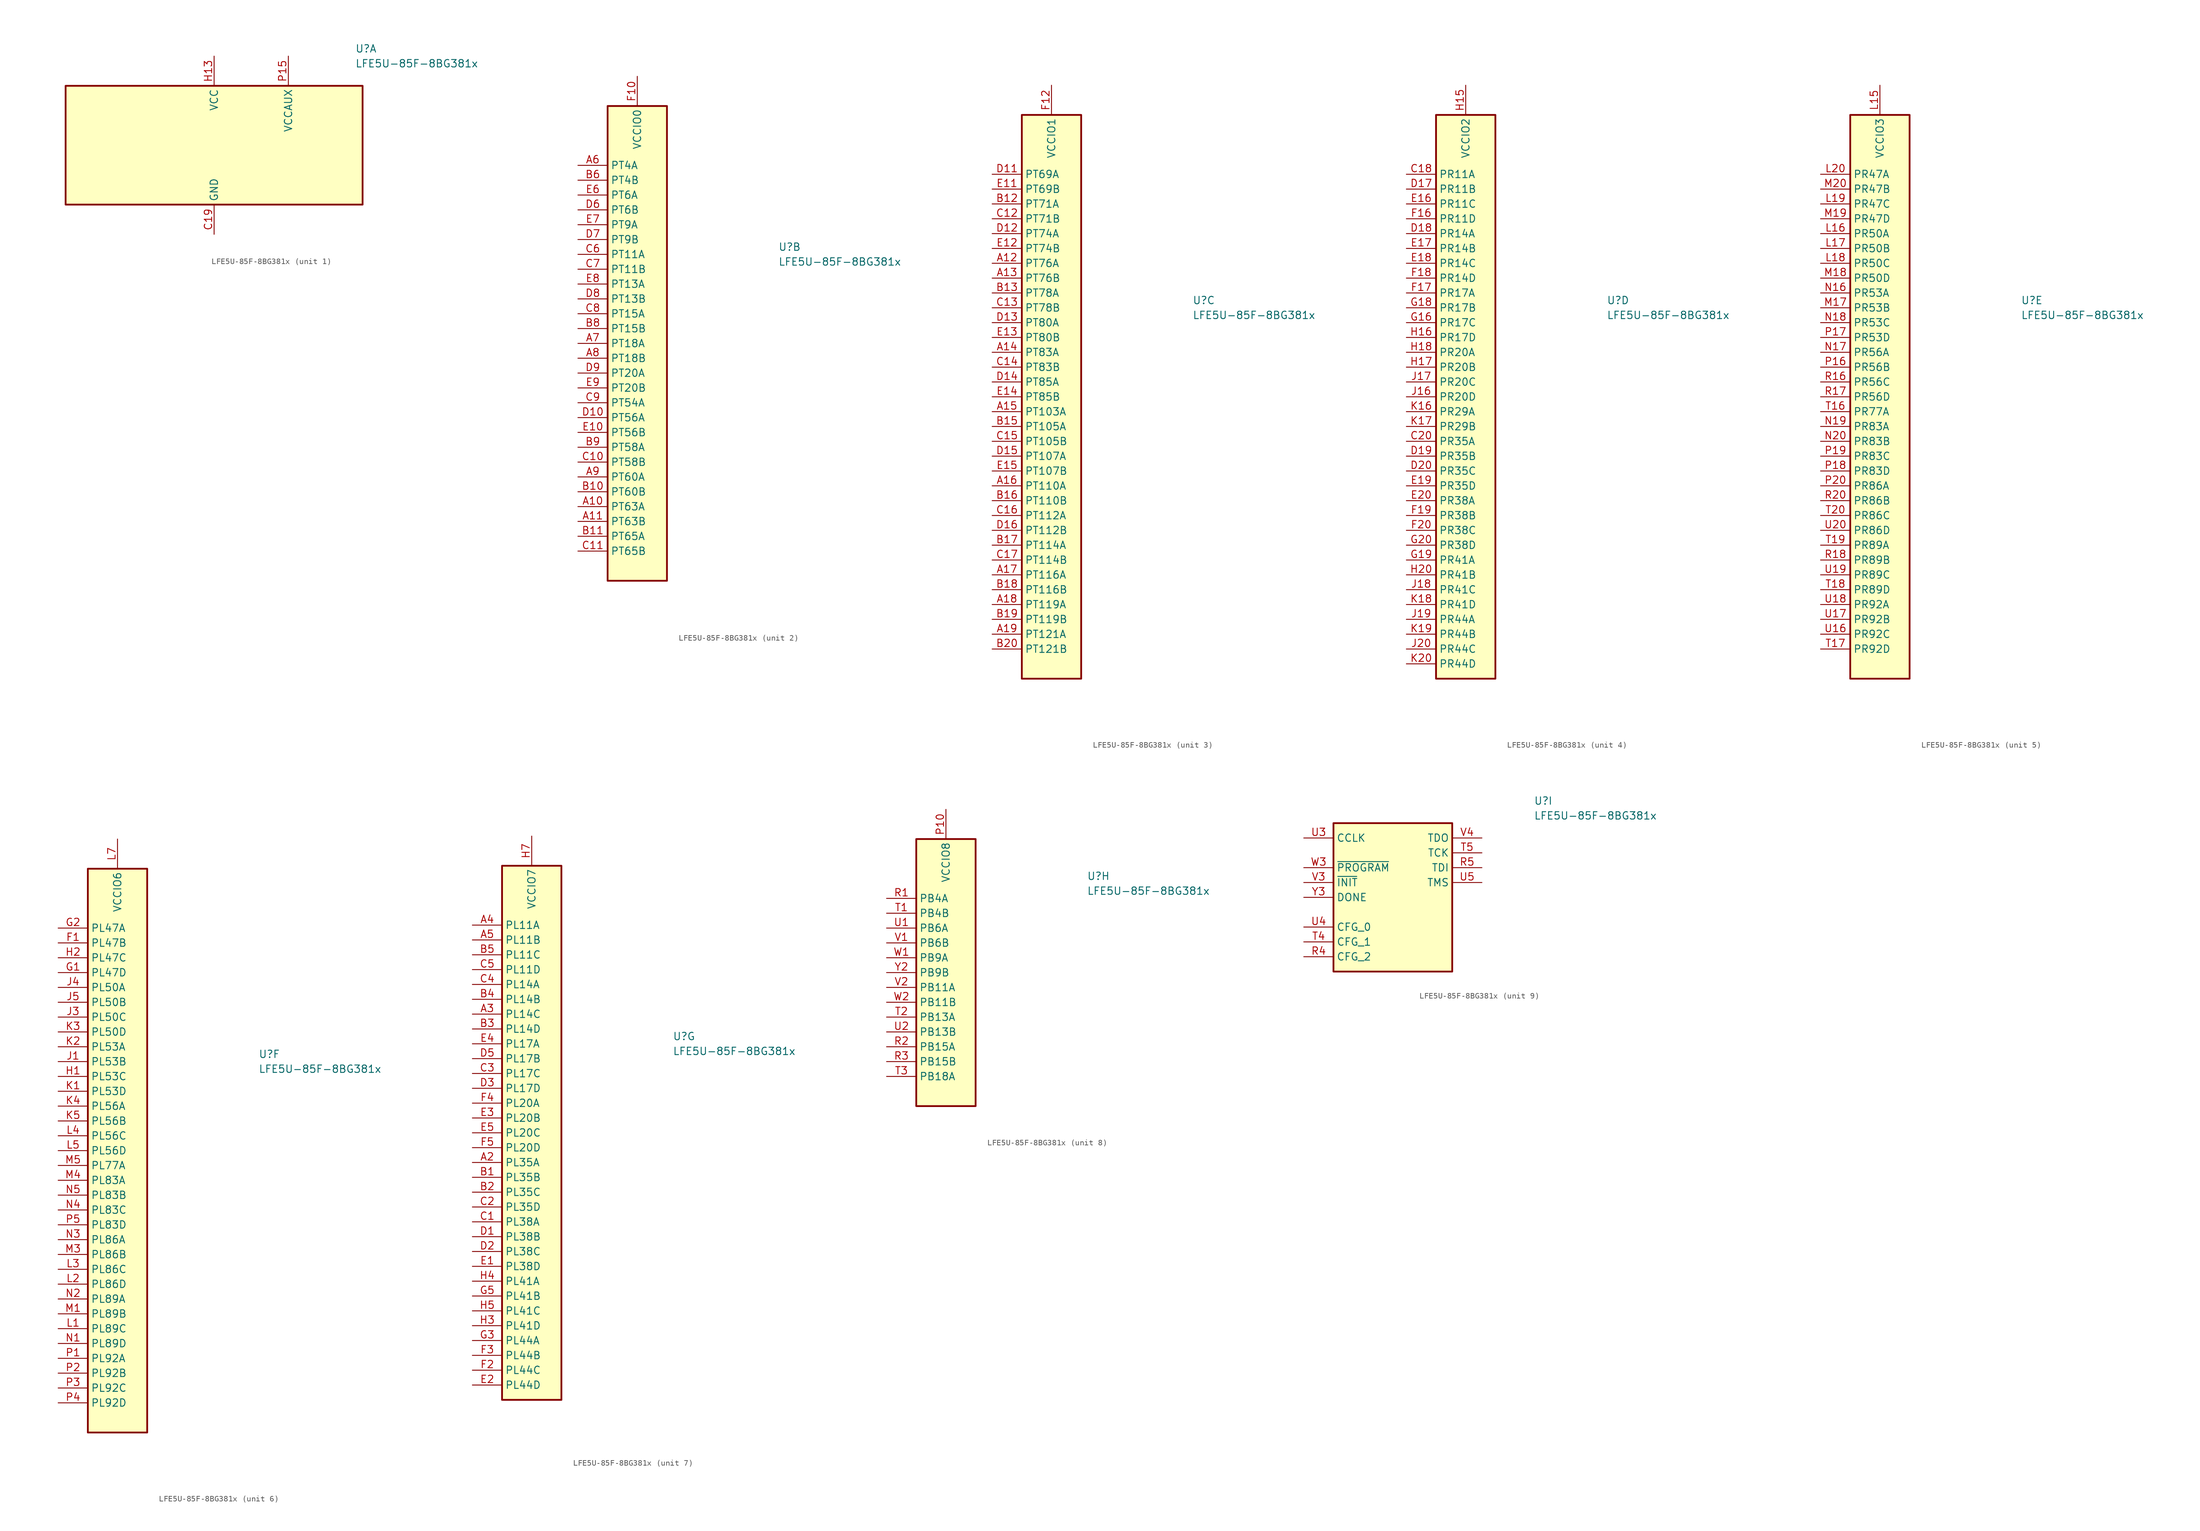
<source format=kicad_sym>
(kicad_symbol_lib
  (version 20201005)
  (generator kicad_symbol_editor)
  (symbol "LFE5U-85F-8BG381x"
    (property "Reference" "U"
      (at 24.13 16.51 0)
      (effects (font (size 1.27 1.27)) (justify left)))
    (property "Value" "LFE5U-85F-8BG381x"
      (at 24.13 13.97 0)
      (effects (font (size 1.27 1.27)) (justify left)))
    (property "ki_locked" ""
      (at 0 0 0)
      (effects (font (size 1.27 1.27))))
    (symbol "LFE5U-85F-8BG381x_1_1"
      (rectangle (start -25.4 10.16) (end 25.4 -10.16) (stroke (width 0.305)) (fill (type background)))
      (pin passive line (at 0 -15.24 90) (length 5.08) hide (name "GND" (effects (font (size 1.27 1.27)))) (number "B14" (effects (font (size 1.27 1.27)))))
      (pin passive line (at 0 -15.24 90) (length 5.08) hide (name "GND" (effects (font (size 1.27 1.27)))) (number "B7" (effects (font (size 1.27 1.27)))))
      (pin power_in line (at 0 -15.24 90) (length 5.08) (name "GND" (effects (font (size 1.27 1.27)))) (number "C19" (effects (font (size 1.27 1.27)))))
      (pin passive line (at 0 -15.24 90) (length 5.08) hide (name "GND" (effects (font (size 1.27 1.27)))) (number "D4" (effects (font (size 1.27 1.27)))))
      (pin passive line (at 0 -15.24 90) (length 5.08) hide (name "GND" (effects (font (size 1.27 1.27)))) (number "F13" (effects (font (size 1.27 1.27)))))
      (pin passive line (at 0 -15.24 90) (length 5.08) hide (name "GND" (effects (font (size 1.27 1.27)))) (number "F14" (effects (font (size 1.27 1.27)))))
      (pin passive line (at 12.7 15.24 270) (length 5.08) hide (name "VCCAUX" (effects (font (size 1.27 1.27)))) (number "F15" (effects (font (size 1.27 1.27)))))
      (pin passive line (at 12.7 15.24 270) (length 5.08) hide (name "VCCAUX" (effects (font (size 1.27 1.27)))) (number "F6" (effects (font (size 1.27 1.27)))))
      (pin passive line (at 0 -15.24 90) (length 5.08) hide (name "GND" (effects (font (size 1.27 1.27)))) (number "F7" (effects (font (size 1.27 1.27)))))
      (pin passive line (at 0 -15.24 90) (length 5.08) hide (name "GND" (effects (font (size 1.27 1.27)))) (number "F8" (effects (font (size 1.27 1.27)))))
      (pin passive line (at 0 -15.24 90) (length 5.08) hide (name "GND" (effects (font (size 1.27 1.27)))) (number "G10" (effects (font (size 1.27 1.27)))))
      (pin passive line (at 0 -15.24 90) (length 5.08) hide (name "GND" (effects (font (size 1.27 1.27)))) (number "G11" (effects (font (size 1.27 1.27)))))
      (pin passive line (at 0 -15.24 90) (length 5.08) hide (name "GND" (effects (font (size 1.27 1.27)))) (number "G12" (effects (font (size 1.27 1.27)))))
      (pin passive line (at 0 -15.24 90) (length 5.08) hide (name "GND" (effects (font (size 1.27 1.27)))) (number "G13" (effects (font (size 1.27 1.27)))))
      (pin passive line (at 0 -15.24 90) (length 5.08) hide (name "GND" (effects (font (size 1.27 1.27)))) (number "G14" (effects (font (size 1.27 1.27)))))
      (pin passive line (at 0 -15.24 90) (length 5.08) hide (name "GND" (effects (font (size 1.27 1.27)))) (number "G15" (effects (font (size 1.27 1.27)))))
      (pin passive line (at 0 -15.24 90) (length 5.08) hide (name "GND" (effects (font (size 1.27 1.27)))) (number "G17" (effects (font (size 1.27 1.27)))))
      (pin passive line (at 0 -15.24 90) (length 5.08) hide (name "GND" (effects (font (size 1.27 1.27)))) (number "G4" (effects (font (size 1.27 1.27)))))
      (pin passive line (at 0 -15.24 90) (length 5.08) hide (name "GND" (effects (font (size 1.27 1.27)))) (number "G6" (effects (font (size 1.27 1.27)))))
      (pin passive line (at 0 -15.24 90) (length 5.08) hide (name "GND" (effects (font (size 1.27 1.27)))) (number "G7" (effects (font (size 1.27 1.27)))))
      (pin passive line (at 0 -15.24 90) (length 5.08) hide (name "GND" (effects (font (size 1.27 1.27)))) (number "G8" (effects (font (size 1.27 1.27)))))
      (pin passive line (at 0 -15.24 90) (length 5.08) hide (name "GND" (effects (font (size 1.27 1.27)))) (number "G9" (effects (font (size 1.27 1.27)))))
      (pin passive line (at 0 15.24 270) (length 5.08) hide (name "VCC" (effects (font (size 1.27 1.27)))) (number "H10" (effects (font (size 1.27 1.27)))))
      (pin passive line (at 0 15.24 270) (length 5.08) hide (name "VCC" (effects (font (size 1.27 1.27)))) (number "H11" (effects (font (size 1.27 1.27)))))
      (pin passive line (at 0 15.24 270) (length 5.08) hide (name "VCC" (effects (font (size 1.27 1.27)))) (number "H12" (effects (font (size 1.27 1.27)))))
      (pin power_in line (at 0 15.24 270) (length 5.08) (name "VCC" (effects (font (size 1.27 1.27)))) (number "H13" (effects (font (size 1.27 1.27)))))
      (pin passive line (at 0 -15.24 90) (length 5.08) hide (name "GND" (effects (font (size 1.27 1.27)))) (number "H19" (effects (font (size 1.27 1.27)))))
      (pin passive line (at 0 15.24 270) (length 5.08) hide (name "VCC" (effects (font (size 1.27 1.27)))) (number "H8" (effects (font (size 1.27 1.27)))))
      (pin passive line (at 0 15.24 270) (length 5.08) hide (name "VCC" (effects (font (size 1.27 1.27)))) (number "H9" (effects (font (size 1.27 1.27)))))
      (pin passive line (at 0 -15.24 90) (length 5.08) hide (name "GND" (effects (font (size 1.27 1.27)))) (number "J10" (effects (font (size 1.27 1.27)))))
      (pin passive line (at 0 -15.24 90) (length 5.08) hide (name "GND" (effects (font (size 1.27 1.27)))) (number "J11" (effects (font (size 1.27 1.27)))))
      (pin passive line (at 0 -15.24 90) (length 5.08) hide (name "GND" (effects (font (size 1.27 1.27)))) (number "J12" (effects (font (size 1.27 1.27)))))
      (pin passive line (at 0 15.24 270) (length 5.08) hide (name "VCC" (effects (font (size 1.27 1.27)))) (number "J13" (effects (font (size 1.27 1.27)))))
      (pin passive line (at 0 -15.24 90) (length 5.08) hide (name "GND" (effects (font (size 1.27 1.27)))) (number "J14" (effects (font (size 1.27 1.27)))))
      (pin passive line (at 0 -15.24 90) (length 5.08) hide (name "GND" (effects (font (size 1.27 1.27)))) (number "J2" (effects (font (size 1.27 1.27)))))
      (pin passive line (at 0 -15.24 90) (length 5.08) hide (name "GND" (effects (font (size 1.27 1.27)))) (number "J7" (effects (font (size 1.27 1.27)))))
      (pin passive line (at 0 15.24 270) (length 5.08) hide (name "VCC" (effects (font (size 1.27 1.27)))) (number "J8" (effects (font (size 1.27 1.27)))))
      (pin passive line (at 0 -15.24 90) (length 5.08) hide (name "GND" (effects (font (size 1.27 1.27)))) (number "J9" (effects (font (size 1.27 1.27)))))
      (pin passive line (at 0 -15.24 90) (length 5.08) hide (name "GND" (effects (font (size 1.27 1.27)))) (number "K10" (effects (font (size 1.27 1.27)))))
      (pin passive line (at 0 -15.24 90) (length 5.08) hide (name "GND" (effects (font (size 1.27 1.27)))) (number "K11" (effects (font (size 1.27 1.27)))))
      (pin passive line (at 0 -15.24 90) (length 5.08) hide (name "GND" (effects (font (size 1.27 1.27)))) (number "K12" (effects (font (size 1.27 1.27)))))
      (pin passive line (at 0 15.24 270) (length 5.08) hide (name "VCC" (effects (font (size 1.27 1.27)))) (number "K13" (effects (font (size 1.27 1.27)))))
      (pin passive line (at 0 -15.24 90) (length 5.08) hide (name "GND" (effects (font (size 1.27 1.27)))) (number "K14" (effects (font (size 1.27 1.27)))))
      (pin passive line (at 0 -15.24 90) (length 5.08) hide (name "GND" (effects (font (size 1.27 1.27)))) (number "K15" (effects (font (size 1.27 1.27)))))
      (pin passive line (at 0 -15.24 90) (length 5.08) hide (name "GND" (effects (font (size 1.27 1.27)))) (number "K6" (effects (font (size 1.27 1.27)))))
      (pin passive line (at 0 -15.24 90) (length 5.08) hide (name "GND" (effects (font (size 1.27 1.27)))) (number "K7" (effects (font (size 1.27 1.27)))))
      (pin passive line (at 0 15.24 270) (length 5.08) hide (name "VCC" (effects (font (size 1.27 1.27)))) (number "K8" (effects (font (size 1.27 1.27)))))
      (pin passive line (at 0 -15.24 90) (length 5.08) hide (name "GND" (effects (font (size 1.27 1.27)))) (number "K9" (effects (font (size 1.27 1.27)))))
      (pin passive line (at 0 -15.24 90) (length 5.08) hide (name "GND" (effects (font (size 1.27 1.27)))) (number "L10" (effects (font (size 1.27 1.27)))))
      (pin passive line (at 0 -15.24 90) (length 5.08) hide (name "GND" (effects (font (size 1.27 1.27)))) (number "L11" (effects (font (size 1.27 1.27)))))
      (pin passive line (at 0 -15.24 90) (length 5.08) hide (name "GND" (effects (font (size 1.27 1.27)))) (number "L12" (effects (font (size 1.27 1.27)))))
      (pin passive line (at 0 15.24 270) (length 5.08) hide (name "VCC" (effects (font (size 1.27 1.27)))) (number "L13" (effects (font (size 1.27 1.27)))))
      (pin passive line (at 0 15.24 270) (length 5.08) hide (name "VCC" (effects (font (size 1.27 1.27)))) (number "L8" (effects (font (size 1.27 1.27)))))
      (pin passive line (at 0 -15.24 90) (length 5.08) hide (name "GND" (effects (font (size 1.27 1.27)))) (number "L9" (effects (font (size 1.27 1.27)))))
      (pin passive line (at 0 -15.24 90) (length 5.08) hide (name "GND" (effects (font (size 1.27 1.27)))) (number "M10" (effects (font (size 1.27 1.27)))))
      (pin passive line (at 0 -15.24 90) (length 5.08) hide (name "GND" (effects (font (size 1.27 1.27)))) (number "M11" (effects (font (size 1.27 1.27)))))
      (pin passive line (at 0 -15.24 90) (length 5.08) hide (name "GND" (effects (font (size 1.27 1.27)))) (number "M12" (effects (font (size 1.27 1.27)))))
      (pin passive line (at 0 15.24 270) (length 5.08) hide (name "VCC" (effects (font (size 1.27 1.27)))) (number "M13" (effects (font (size 1.27 1.27)))))
      (pin passive line (at 0 -15.24 90) (length 5.08) hide (name "GND" (effects (font (size 1.27 1.27)))) (number "M14" (effects (font (size 1.27 1.27)))))
      (pin passive line (at 0 -15.24 90) (length 5.08) hide (name "GND" (effects (font (size 1.27 1.27)))) (number "M16" (effects (font (size 1.27 1.27)))))
      (pin passive line (at 0 -15.24 90) (length 5.08) hide (name "GND" (effects (font (size 1.27 1.27)))) (number "M2" (effects (font (size 1.27 1.27)))))
      (pin passive line (at 0 -15.24 90) (length 5.08) hide (name "GND" (effects (font (size 1.27 1.27)))) (number "M7" (effects (font (size 1.27 1.27)))))
      (pin passive line (at 0 15.24 270) (length 5.08) hide (name "VCC" (effects (font (size 1.27 1.27)))) (number "M8" (effects (font (size 1.27 1.27)))))
      (pin passive line (at 0 -15.24 90) (length 5.08) hide (name "GND" (effects (font (size 1.27 1.27)))) (number "M9" (effects (font (size 1.27 1.27)))))
      (pin passive line (at 0 15.24 270) (length 5.08) hide (name "VCC" (effects (font (size 1.27 1.27)))) (number "N10" (effects (font (size 1.27 1.27)))))
      (pin passive line (at 0 15.24 270) (length 5.08) hide (name "VCC" (effects (font (size 1.27 1.27)))) (number "N11" (effects (font (size 1.27 1.27)))))
      (pin passive line (at 0 15.24 270) (length 5.08) hide (name "VCC" (effects (font (size 1.27 1.27)))) (number "N12" (effects (font (size 1.27 1.27)))))
      (pin passive line (at 0 15.24 270) (length 5.08) hide (name "VCC" (effects (font (size 1.27 1.27)))) (number "N13" (effects (font (size 1.27 1.27)))))
      (pin passive line (at 0 -15.24 90) (length 5.08) hide (name "GND" (effects (font (size 1.27 1.27)))) (number "N14" (effects (font (size 1.27 1.27)))))
      (pin passive line (at 0 -15.24 90) (length 5.08) hide (name "GND" (effects (font (size 1.27 1.27)))) (number "N15" (effects (font (size 1.27 1.27)))))
      (pin passive line (at 0 -15.24 90) (length 5.08) hide (name "GND" (effects (font (size 1.27 1.27)))) (number "N6" (effects (font (size 1.27 1.27)))))
      (pin passive line (at 0 -15.24 90) (length 5.08) hide (name "GND" (effects (font (size 1.27 1.27)))) (number "N7" (effects (font (size 1.27 1.27)))))
      (pin passive line (at 0 15.24 270) (length 5.08) hide (name "VCC" (effects (font (size 1.27 1.27)))) (number "N8" (effects (font (size 1.27 1.27)))))
      (pin passive line (at 0 15.24 270) (length 5.08) hide (name "VCC" (effects (font (size 1.27 1.27)))) (number "N9" (effects (font (size 1.27 1.27)))))
      (pin passive line (at 0 -15.24 90) (length 5.08) hide (name "GND" (effects (font (size 1.27 1.27)))) (number "P11" (effects (font (size 1.27 1.27)))))
      (pin passive line (at 0 -15.24 90) (length 5.08) hide (name "GND" (effects (font (size 1.27 1.27)))) (number "P12" (effects (font (size 1.27 1.27)))))
      (pin passive line (at 0 -15.24 90) (length 5.08) hide (name "GND" (effects (font (size 1.27 1.27)))) (number "P13" (effects (font (size 1.27 1.27)))))
      (pin passive line (at 0 -15.24 90) (length 5.08) hide (name "GND" (effects (font (size 1.27 1.27)))) (number "P14" (effects (font (size 1.27 1.27)))))
      (pin power_in line (at 12.7 15.24 270) (length 5.08) (name "VCCAUX" (effects (font (size 1.27 1.27)))) (number "P15" (effects (font (size 1.27 1.27)))))
      (pin passive line (at 12.7 15.24 270) (length 5.08) hide (name "VCCAUX" (effects (font (size 1.27 1.27)))) (number "P6" (effects (font (size 1.27 1.27)))))
      (pin passive line (at 0 -15.24 90) (length 5.08) hide (name "GND" (effects (font (size 1.27 1.27)))) (number "P7" (effects (font (size 1.27 1.27)))))
      (pin passive line (at 0 -15.24 90) (length 5.08) hide (name "GND" (effects (font (size 1.27 1.27)))) (number "P8" (effects (font (size 1.27 1.27)))))
      (pin passive line (at 0 -15.24 90) (length 5.08) hide (name "GND" (effects (font (size 1.27 1.27)))) (number "R19" (effects (font (size 1.27 1.27)))))
      (pin passive line (at 0 -15.24 90) (length 5.08) hide (name "GND" (effects (font (size 1.27 1.27)))) (number "T10" (effects (font (size 1.27 1.27)))))
      (pin passive line (at 0 -15.24 90) (length 5.08) hide (name "GND" (effects (font (size 1.27 1.27)))) (number "T11" (effects (font (size 1.27 1.27)))))
      (pin passive line (at 0 -15.24 90) (length 5.08) hide (name "GND" (effects (font (size 1.27 1.27)))) (number "T12" (effects (font (size 1.27 1.27)))))
      (pin passive line (at 0 -15.24 90) (length 5.08) hide (name "GND" (effects (font (size 1.27 1.27)))) (number "T13" (effects (font (size 1.27 1.27)))))
      (pin passive line (at 0 -15.24 90) (length 5.08) hide (name "GND" (effects (font (size 1.27 1.27)))) (number "T14" (effects (font (size 1.27 1.27)))))
      (pin passive line (at 0 -15.24 90) (length 5.08) hide (name "GND" (effects (font (size 1.27 1.27)))) (number "T15" (effects (font (size 1.27 1.27)))))
      (pin passive line (at 0 -15.24 90) (length 5.08) hide (name "GND" (effects (font (size 1.27 1.27)))) (number "T6" (effects (font (size 1.27 1.27)))))
      (pin passive line (at 0 -15.24 90) (length 5.08) hide (name "GND" (effects (font (size 1.27 1.27)))) (number "T7" (effects (font (size 1.27 1.27)))))
      (pin passive line (at 0 -15.24 90) (length 5.08) hide (name "GND" (effects (font (size 1.27 1.27)))) (number "T8" (effects (font (size 1.27 1.27)))))
      (pin passive line (at 0 -15.24 90) (length 5.08) hide (name "GND" (effects (font (size 1.27 1.27)))) (number "T9" (effects (font (size 1.27 1.27)))))
      (pin passive line (at 0 -15.24 90) (length 5.08) hide (name "GND" (effects (font (size 1.27 1.27)))) (number "U10" (effects (font (size 1.27 1.27)))))
      (pin passive line (at 0 -15.24 90) (length 5.08) hide (name "GND" (effects (font (size 1.27 1.27)))) (number "U11" (effects (font (size 1.27 1.27)))))
      (pin passive line (at 0 -15.24 90) (length 5.08) hide (name "GND" (effects (font (size 1.27 1.27)))) (number "U12" (effects (font (size 1.27 1.27)))))
      (pin passive line (at 0 -15.24 90) (length 5.08) hide (name "GND" (effects (font (size 1.27 1.27)))) (number "U13" (effects (font (size 1.27 1.27)))))
      (pin passive line (at 0 -15.24 90) (length 5.08) hide (name "GND" (effects (font (size 1.27 1.27)))) (number "U14" (effects (font (size 1.27 1.27)))))
      (pin passive line (at 0 -15.24 90) (length 5.08) hide (name "GND" (effects (font (size 1.27 1.27)))) (number "U15" (effects (font (size 1.27 1.27)))))
      (pin passive line (at 0 -15.24 90) (length 5.08) hide (name "GND" (effects (font (size 1.27 1.27)))) (number "U6" (effects (font (size 1.27 1.27)))))
      (pin passive line (at 0 -15.24 90) (length 5.08) hide (name "GND" (effects (font (size 1.27 1.27)))) (number "U7" (effects (font (size 1.27 1.27)))))
      (pin passive line (at 0 -15.24 90) (length 5.08) hide (name "GND" (effects (font (size 1.27 1.27)))) (number "U8" (effects (font (size 1.27 1.27)))))
      (pin passive line (at 0 -15.24 90) (length 5.08) hide (name "GND" (effects (font (size 1.27 1.27)))) (number "U9" (effects (font (size 1.27 1.27)))))
      (pin passive line (at 0 -15.24 90) (length 5.08) hide (name "GND" (effects (font (size 1.27 1.27)))) (number "V10" (effects (font (size 1.27 1.27)))))
      (pin passive line (at 0 -15.24 90) (length 5.08) hide (name "GND" (effects (font (size 1.27 1.27)))) (number "V11" (effects (font (size 1.27 1.27)))))
      (pin passive line (at 0 -15.24 90) (length 5.08) hide (name "GND" (effects (font (size 1.27 1.27)))) (number "V12" (effects (font (size 1.27 1.27)))))
      (pin passive line (at 0 -15.24 90) (length 5.08) hide (name "GND" (effects (font (size 1.27 1.27)))) (number "V13" (effects (font (size 1.27 1.27)))))
      (pin passive line (at 0 -15.24 90) (length 5.08) hide (name "GND" (effects (font (size 1.27 1.27)))) (number "V14" (effects (font (size 1.27 1.27)))))
      (pin passive line (at 0 -15.24 90) (length 5.08) hide (name "GND" (effects (font (size 1.27 1.27)))) (number "V15" (effects (font (size 1.27 1.27)))))
      (pin passive line (at 0 -15.24 90) (length 5.08) hide (name "GND" (effects (font (size 1.27 1.27)))) (number "V16" (effects (font (size 1.27 1.27)))))
      (pin passive line (at 0 -15.24 90) (length 5.08) hide (name "GND" (effects (font (size 1.27 1.27)))) (number "V17" (effects (font (size 1.27 1.27)))))
      (pin passive line (at 0 -15.24 90) (length 5.08) hide (name "GND" (effects (font (size 1.27 1.27)))) (number "V18" (effects (font (size 1.27 1.27)))))
      (pin passive line (at 0 -15.24 90) (length 5.08) hide (name "GND" (effects (font (size 1.27 1.27)))) (number "V19" (effects (font (size 1.27 1.27)))))
      (pin passive line (at 0 -15.24 90) (length 5.08) hide (name "GND" (effects (font (size 1.27 1.27)))) (number "V20" (effects (font (size 1.27 1.27)))))
      (pin passive line (at 0 -15.24 90) (length 5.08) hide (name "GND" (effects (font (size 1.27 1.27)))) (number "V5" (effects (font (size 1.27 1.27)))))
      (pin passive line (at 0 -15.24 90) (length 5.08) hide (name "GND" (effects (font (size 1.27 1.27)))) (number "V6" (effects (font (size 1.27 1.27)))))
      (pin passive line (at 0 -15.24 90) (length 5.08) hide (name "GND" (effects (font (size 1.27 1.27)))) (number "V7" (effects (font (size 1.27 1.27)))))
      (pin passive line (at 0 -15.24 90) (length 5.08) hide (name "GND" (effects (font (size 1.27 1.27)))) (number "V8" (effects (font (size 1.27 1.27)))))
      (pin passive line (at 0 -15.24 90) (length 5.08) hide (name "GND" (effects (font (size 1.27 1.27)))) (number "V9" (effects (font (size 1.27 1.27)))))
      (pin passive line (at 0 -15.24 90) (length 5.08) hide (name "GND" (effects (font (size 1.27 1.27)))) (number "W12" (effects (font (size 1.27 1.27)))))
      (pin no_connect line (at 25.4 -5.08 180) (length 5.08) hide (name "RESERVED" (effects (font (size 1.27 1.27)))) (number "W13" (effects (font (size 1.27 1.27)))))
      (pin no_connect line (at 25.4 -2.54 180) (length 5.08) hide (name "RESERVED" (effects (font (size 1.27 1.27)))) (number "W14" (effects (font (size 1.27 1.27)))))
      (pin passive line (at 0 -15.24 90) (length 5.08) hide (name "GND" (effects (font (size 1.27 1.27)))) (number "W15" (effects (font (size 1.27 1.27)))))
      (pin passive line (at 0 -15.24 90) (length 5.08) hide (name "GND" (effects (font (size 1.27 1.27)))) (number "W16" (effects (font (size 1.27 1.27)))))
      (pin no_connect line (at 25.4 0 180) (length 5.08) hide (name "RESERVED" (effects (font (size 1.27 1.27)))) (number "W17" (effects (font (size 1.27 1.27)))))
      (pin no_connect line (at 25.4 2.54 180) (length 5.08) hide (name "RESERVED" (effects (font (size 1.27 1.27)))) (number "W18" (effects (font (size 1.27 1.27)))))
      (pin passive line (at 0 -15.24 90) (length 5.08) hide (name "GND" (effects (font (size 1.27 1.27)))) (number "W19" (effects (font (size 1.27 1.27)))))
      (pin passive line (at 0 -15.24 90) (length 5.08) hide (name "GND" (effects (font (size 1.27 1.27)))) (number "W20" (effects (font (size 1.27 1.27)))))
      (pin no_connect line (at -25.4 2.54 0) (length 5.08) hide (name "RESERVED" (effects (font (size 1.27 1.27)))) (number "W4" (effects (font (size 1.27 1.27)))))
      (pin no_connect line (at -25.4 0 0) (length 5.08) hide (name "RESERVED" (effects (font (size 1.27 1.27)))) (number "W5" (effects (font (size 1.27 1.27)))))
      (pin passive line (at 0 -15.24 90) (length 5.08) hide (name "GND" (effects (font (size 1.27 1.27)))) (number "W6" (effects (font (size 1.27 1.27)))))
      (pin passive line (at 0 -15.24 90) (length 5.08) hide (name "GND" (effects (font (size 1.27 1.27)))) (number "W7" (effects (font (size 1.27 1.27)))))
      (pin no_connect line (at -25.4 -2.54 0) (length 5.08) hide (name "RESERVED" (effects (font (size 1.27 1.27)))) (number "W8" (effects (font (size 1.27 1.27)))))
      (pin no_connect line (at -25.4 -5.08 0) (length 5.08) hide (name "RESERVED" (effects (font (size 1.27 1.27)))) (number "W9" (effects (font (size 1.27 1.27)))))
      (pin passive line (at 0 -15.24 90) (length 5.08) hide (name "GND" (effects (font (size 1.27 1.27)))) (number "Y11" (effects (font (size 1.27 1.27)))))
      (pin passive line (at 0 -15.24 90) (length 5.08) hide (name "GND" (effects (font (size 1.27 1.27)))) (number "Y12" (effects (font (size 1.27 1.27)))))
      (pin passive line (at 0 -15.24 90) (length 5.08) hide (name "GND" (effects (font (size 1.27 1.27)))) (number "Y14" (effects (font (size 1.27 1.27)))))
      (pin passive line (at 0 -15.24 90) (length 5.08) hide (name "GND" (effects (font (size 1.27 1.27)))) (number "Y15" (effects (font (size 1.27 1.27)))))
      (pin passive line (at 0 -15.24 90) (length 5.08) hide (name "GND" (effects (font (size 1.27 1.27)))) (number "Y16" (effects (font (size 1.27 1.27)))))
      (pin passive line (at 0 -15.24 90) (length 5.08) hide (name "GND" (effects (font (size 1.27 1.27)))) (number "Y17" (effects (font (size 1.27 1.27)))))
      (pin passive line (at 0 -15.24 90) (length 5.08) hide (name "GND" (effects (font (size 1.27 1.27)))) (number "Y19" (effects (font (size 1.27 1.27)))))
      (pin passive line (at 0 -15.24 90) (length 5.08) hide (name "GND" (effects (font (size 1.27 1.27)))) (number "Y5" (effects (font (size 1.27 1.27)))))
      (pin passive line (at 0 -15.24 90) (length 5.08) hide (name "GND" (effects (font (size 1.27 1.27)))) (number "Y6" (effects (font (size 1.27 1.27)))))
      (pin passive line (at 0 -15.24 90) (length 5.08) hide (name "GND" (effects (font (size 1.27 1.27)))) (number "Y7" (effects (font (size 1.27 1.27)))))
      (pin passive line (at 0 -15.24 90) (length 5.08) hide (name "GND" (effects (font (size 1.27 1.27)))) (number "Y8" (effects (font (size 1.27 1.27))))))
    (symbol "LFE5U-85F-8BG381x_2_1"
      (rectangle (start -5.08 40.64) (end 5.08 -40.64) (stroke (width 0.305)) (fill (type background)))
      (pin bidirectional line (at -10.16 -27.94 0) (length 5.08) (name "PT63A" (effects (font (size 1.27 1.27)))) (number "A10" (effects (font (size 1.27 1.27)))))
      (pin bidirectional line (at -10.16 -30.48 0) (length 5.08) (name "PT63B" (effects (font (size 1.27 1.27)))) (number "A11" (effects (font (size 1.27 1.27)))))
      (pin bidirectional line (at -10.16 30.48 0) (length 5.08) (name "PT4A" (effects (font (size 1.27 1.27)))) (number "A6" (effects (font (size 1.27 1.27)))))
      (pin bidirectional line (at -10.16 0 0) (length 5.08) (name "PT18A" (effects (font (size 1.27 1.27)))) (number "A7" (effects (font (size 1.27 1.27)))))
      (pin bidirectional line (at -10.16 -2.54 0) (length 5.08) (name "PT18B" (effects (font (size 1.27 1.27)))) (number "A8" (effects (font (size 1.27 1.27)))))
      (pin bidirectional line (at -10.16 -22.86 0) (length 5.08) (name "PT60A" (effects (font (size 1.27 1.27)))) (number "A9" (effects (font (size 1.27 1.27)))))
      (pin bidirectional line (at -10.16 -25.4 0) (length 5.08) (name "PT60B" (effects (font (size 1.27 1.27)))) (number "B10" (effects (font (size 1.27 1.27)))))
      (pin bidirectional line (at -10.16 -33.02 0) (length 5.08) (name "PT65A" (effects (font (size 1.27 1.27)))) (number "B11" (effects (font (size 1.27 1.27)))))
      (pin bidirectional line (at -10.16 27.94 0) (length 5.08) (name "PT4B" (effects (font (size 1.27 1.27)))) (number "B6" (effects (font (size 1.27 1.27)))))
      (pin bidirectional line (at -10.16 2.54 0) (length 5.08) (name "PT15B" (effects (font (size 1.27 1.27)))) (number "B8" (effects (font (size 1.27 1.27)))))
      (pin bidirectional line (at -10.16 -17.78 0) (length 5.08) (name "PT58A" (effects (font (size 1.27 1.27)))) (number "B9" (effects (font (size 1.27 1.27)))))
      (pin bidirectional line (at -10.16 -20.32 0) (length 5.08) (name "PT58B" (effects (font (size 1.27 1.27)))) (number "C10" (effects (font (size 1.27 1.27)))))
      (pin bidirectional line (at -10.16 -35.56 0) (length 5.08) (name "PT65B" (effects (font (size 1.27 1.27)))) (number "C11" (effects (font (size 1.27 1.27)))))
      (pin bidirectional line (at -10.16 15.24 0) (length 5.08) (name "PT11A" (effects (font (size 1.27 1.27)))) (number "C6" (effects (font (size 1.27 1.27)))))
      (pin bidirectional line (at -10.16 12.7 0) (length 5.08) (name "PT11B" (effects (font (size 1.27 1.27)))) (number "C7" (effects (font (size 1.27 1.27)))))
      (pin bidirectional line (at -10.16 5.08 0) (length 5.08) (name "PT15A" (effects (font (size 1.27 1.27)))) (number "C8" (effects (font (size 1.27 1.27)))))
      (pin bidirectional line (at -10.16 -10.16 0) (length 5.08) (name "PT54A" (effects (font (size 1.27 1.27)))) (number "C9" (effects (font (size 1.27 1.27)))))
      (pin bidirectional line (at -10.16 -12.7 0) (length 5.08) (name "PT56A" (effects (font (size 1.27 1.27)))) (number "D10" (effects (font (size 1.27 1.27)))))
      (pin bidirectional line (at -10.16 22.86 0) (length 5.08) (name "PT6B" (effects (font (size 1.27 1.27)))) (number "D6" (effects (font (size 1.27 1.27)))))
      (pin bidirectional line (at -10.16 17.78 0) (length 5.08) (name "PT9B" (effects (font (size 1.27 1.27)))) (number "D7" (effects (font (size 1.27 1.27)))))
      (pin bidirectional line (at -10.16 7.62 0) (length 5.08) (name "PT13B" (effects (font (size 1.27 1.27)))) (number "D8" (effects (font (size 1.27 1.27)))))
      (pin bidirectional line (at -10.16 -5.08 0) (length 5.08) (name "PT20A" (effects (font (size 1.27 1.27)))) (number "D9" (effects (font (size 1.27 1.27)))))
      (pin bidirectional line (at -10.16 -15.24 0) (length 5.08) (name "PT56B" (effects (font (size 1.27 1.27)))) (number "E10" (effects (font (size 1.27 1.27)))))
      (pin bidirectional line (at -10.16 25.4 0) (length 5.08) (name "PT6A" (effects (font (size 1.27 1.27)))) (number "E6" (effects (font (size 1.27 1.27)))))
      (pin bidirectional line (at -10.16 20.32 0) (length 5.08) (name "PT9A" (effects (font (size 1.27 1.27)))) (number "E7" (effects (font (size 1.27 1.27)))))
      (pin bidirectional line (at -10.16 10.16 0) (length 5.08) (name "PT13A" (effects (font (size 1.27 1.27)))) (number "E8" (effects (font (size 1.27 1.27)))))
      (pin bidirectional line (at -10.16 -7.62 0) (length 5.08) (name "PT20B" (effects (font (size 1.27 1.27)))) (number "E9" (effects (font (size 1.27 1.27)))))
      (pin power_in line (at 0 45.72 270) (length 5.08) (name "VCCIO0" (effects (font (size 1.27 1.27)))) (number "F10" (effects (font (size 1.27 1.27)))))
      (pin passive line (at 0 45.72 270) (length 5.08) hide (name "VCCIO0" (effects (font (size 1.27 1.27)))) (number "F9" (effects (font (size 1.27 1.27))))))
    (symbol "LFE5U-85F-8BG381x_3_1"
      (rectangle (start -5.08 48.26) (end 5.08 -48.26) (stroke (width 0.305)) (fill (type background)))
      (pin bidirectional line (at -10.16 22.86 0) (length 5.08) (name "PT76A" (effects (font (size 1.27 1.27)))) (number "A12" (effects (font (size 1.27 1.27)))))
      (pin bidirectional line (at -10.16 20.32 0) (length 5.08) (name "PT76B" (effects (font (size 1.27 1.27)))) (number "A13" (effects (font (size 1.27 1.27)))))
      (pin bidirectional line (at -10.16 7.62 0) (length 5.08) (name "PT83A" (effects (font (size 1.27 1.27)))) (number "A14" (effects (font (size 1.27 1.27)))))
      (pin bidirectional line (at -10.16 -2.54 0) (length 5.08) (name "PT103A" (effects (font (size 1.27 1.27)))) (number "A15" (effects (font (size 1.27 1.27)))))
      (pin bidirectional line (at -10.16 -15.24 0) (length 5.08) (name "PT110A" (effects (font (size 1.27 1.27)))) (number "A16" (effects (font (size 1.27 1.27)))))
      (pin bidirectional line (at -10.16 -30.48 0) (length 5.08) (name "PT116A" (effects (font (size 1.27 1.27)))) (number "A17" (effects (font (size 1.27 1.27)))))
      (pin bidirectional line (at -10.16 -35.56 0) (length 5.08) (name "PT119A" (effects (font (size 1.27 1.27)))) (number "A18" (effects (font (size 1.27 1.27)))))
      (pin bidirectional line (at -10.16 -40.64 0) (length 5.08) (name "PT121A" (effects (font (size 1.27 1.27)))) (number "A19" (effects (font (size 1.27 1.27)))))
      (pin bidirectional line (at -10.16 33.02 0) (length 5.08) (name "PT71A" (effects (font (size 1.27 1.27)))) (number "B12" (effects (font (size 1.27 1.27)))))
      (pin bidirectional line (at -10.16 17.78 0) (length 5.08) (name "PT78A" (effects (font (size 1.27 1.27)))) (number "B13" (effects (font (size 1.27 1.27)))))
      (pin bidirectional line (at -10.16 -5.08 0) (length 5.08) (name "PT105A" (effects (font (size 1.27 1.27)))) (number "B15" (effects (font (size 1.27 1.27)))))
      (pin bidirectional line (at -10.16 -17.78 0) (length 5.08) (name "PT110B" (effects (font (size 1.27 1.27)))) (number "B16" (effects (font (size 1.27 1.27)))))
      (pin bidirectional line (at -10.16 -25.4 0) (length 5.08) (name "PT114A" (effects (font (size 1.27 1.27)))) (number "B17" (effects (font (size 1.27 1.27)))))
      (pin bidirectional line (at -10.16 -33.02 0) (length 5.08) (name "PT116B" (effects (font (size 1.27 1.27)))) (number "B18" (effects (font (size 1.27 1.27)))))
      (pin bidirectional line (at -10.16 -38.1 0) (length 5.08) (name "PT119B" (effects (font (size 1.27 1.27)))) (number "B19" (effects (font (size 1.27 1.27)))))
      (pin bidirectional line (at -10.16 -43.18 0) (length 5.08) (name "PT121B" (effects (font (size 1.27 1.27)))) (number "B20" (effects (font (size 1.27 1.27)))))
      (pin bidirectional line (at -10.16 30.48 0) (length 5.08) (name "PT71B" (effects (font (size 1.27 1.27)))) (number "C12" (effects (font (size 1.27 1.27)))))
      (pin bidirectional line (at -10.16 15.24 0) (length 5.08) (name "PT78B" (effects (font (size 1.27 1.27)))) (number "C13" (effects (font (size 1.27 1.27)))))
      (pin bidirectional line (at -10.16 5.08 0) (length 5.08) (name "PT83B" (effects (font (size 1.27 1.27)))) (number "C14" (effects (font (size 1.27 1.27)))))
      (pin bidirectional line (at -10.16 -7.62 0) (length 5.08) (name "PT105B" (effects (font (size 1.27 1.27)))) (number "C15" (effects (font (size 1.27 1.27)))))
      (pin bidirectional line (at -10.16 -20.32 0) (length 5.08) (name "PT112A" (effects (font (size 1.27 1.27)))) (number "C16" (effects (font (size 1.27 1.27)))))
      (pin bidirectional line (at -10.16 -27.94 0) (length 5.08) (name "PT114B" (effects (font (size 1.27 1.27)))) (number "C17" (effects (font (size 1.27 1.27)))))
      (pin bidirectional line (at -10.16 38.1 0) (length 5.08) (name "PT69A" (effects (font (size 1.27 1.27)))) (number "D11" (effects (font (size 1.27 1.27)))))
      (pin bidirectional line (at -10.16 27.94 0) (length 5.08) (name "PT74A" (effects (font (size 1.27 1.27)))) (number "D12" (effects (font (size 1.27 1.27)))))
      (pin bidirectional line (at -10.16 12.7 0) (length 5.08) (name "PT80A" (effects (font (size 1.27 1.27)))) (number "D13" (effects (font (size 1.27 1.27)))))
      (pin bidirectional line (at -10.16 2.54 0) (length 5.08) (name "PT85A" (effects (font (size 1.27 1.27)))) (number "D14" (effects (font (size 1.27 1.27)))))
      (pin bidirectional line (at -10.16 -10.16 0) (length 5.08) (name "PT107A" (effects (font (size 1.27 1.27)))) (number "D15" (effects (font (size 1.27 1.27)))))
      (pin bidirectional line (at -10.16 -22.86 0) (length 5.08) (name "PT112B" (effects (font (size 1.27 1.27)))) (number "D16" (effects (font (size 1.27 1.27)))))
      (pin bidirectional line (at -10.16 35.56 0) (length 5.08) (name "PT69B" (effects (font (size 1.27 1.27)))) (number "E11" (effects (font (size 1.27 1.27)))))
      (pin bidirectional line (at -10.16 25.4 0) (length 5.08) (name "PT74B" (effects (font (size 1.27 1.27)))) (number "E12" (effects (font (size 1.27 1.27)))))
      (pin bidirectional line (at -10.16 10.16 0) (length 5.08) (name "PT80B" (effects (font (size 1.27 1.27)))) (number "E13" (effects (font (size 1.27 1.27)))))
      (pin bidirectional line (at -10.16 0 0) (length 5.08) (name "PT85B" (effects (font (size 1.27 1.27)))) (number "E14" (effects (font (size 1.27 1.27)))))
      (pin bidirectional line (at -10.16 -12.7 0) (length 5.08) (name "PT107B" (effects (font (size 1.27 1.27)))) (number "E15" (effects (font (size 1.27 1.27)))))
      (pin passive line (at 0 53.34 270) (length 5.08) hide (name "VCCIO1" (effects (font (size 1.27 1.27)))) (number "F11" (effects (font (size 1.27 1.27)))))
      (pin power_in line (at 0 53.34 270) (length 5.08) (name "VCCIO1" (effects (font (size 1.27 1.27)))) (number "F12" (effects (font (size 1.27 1.27))))))
    (symbol "LFE5U-85F-8BG381x_4_1"
      (rectangle (start -5.08 48.26) (end 5.08 -48.26) (stroke (width 0.305)) (fill (type background)))
      (pin bidirectional line (at -10.16 38.1 0) (length 5.08) (name "PR11A" (effects (font (size 1.27 1.27)))) (number "C18" (effects (font (size 1.27 1.27)))))
      (pin bidirectional line (at -10.16 -7.62 0) (length 5.08) (name "PR35A" (effects (font (size 1.27 1.27)))) (number "C20" (effects (font (size 1.27 1.27)))))
      (pin bidirectional line (at -10.16 35.56 0) (length 5.08) (name "PR11B" (effects (font (size 1.27 1.27)))) (number "D17" (effects (font (size 1.27 1.27)))))
      (pin bidirectional line (at -10.16 27.94 0) (length 5.08) (name "PR14A" (effects (font (size 1.27 1.27)))) (number "D18" (effects (font (size 1.27 1.27)))))
      (pin bidirectional line (at -10.16 -10.16 0) (length 5.08) (name "PR35B" (effects (font (size 1.27 1.27)))) (number "D19" (effects (font (size 1.27 1.27)))))
      (pin bidirectional line (at -10.16 -12.7 0) (length 5.08) (name "PR35C" (effects (font (size 1.27 1.27)))) (number "D20" (effects (font (size 1.27 1.27)))))
      (pin bidirectional line (at -10.16 33.02 0) (length 5.08) (name "PR11C" (effects (font (size 1.27 1.27)))) (number "E16" (effects (font (size 1.27 1.27)))))
      (pin bidirectional line (at -10.16 25.4 0) (length 5.08) (name "PR14B" (effects (font (size 1.27 1.27)))) (number "E17" (effects (font (size 1.27 1.27)))))
      (pin bidirectional line (at -10.16 22.86 0) (length 5.08) (name "PR14C" (effects (font (size 1.27 1.27)))) (number "E18" (effects (font (size 1.27 1.27)))))
      (pin bidirectional line (at -10.16 -15.24 0) (length 5.08) (name "PR35D" (effects (font (size 1.27 1.27)))) (number "E19" (effects (font (size 1.27 1.27)))))
      (pin bidirectional line (at -10.16 -17.78 0) (length 5.08) (name "PR38A" (effects (font (size 1.27 1.27)))) (number "E20" (effects (font (size 1.27 1.27)))))
      (pin bidirectional line (at -10.16 30.48 0) (length 5.08) (name "PR11D" (effects (font (size 1.27 1.27)))) (number "F16" (effects (font (size 1.27 1.27)))))
      (pin bidirectional line (at -10.16 17.78 0) (length 5.08) (name "PR17A" (effects (font (size 1.27 1.27)))) (number "F17" (effects (font (size 1.27 1.27)))))
      (pin bidirectional line (at -10.16 20.32 0) (length 5.08) (name "PR14D" (effects (font (size 1.27 1.27)))) (number "F18" (effects (font (size 1.27 1.27)))))
      (pin bidirectional line (at -10.16 -20.32 0) (length 5.08) (name "PR38B" (effects (font (size 1.27 1.27)))) (number "F19" (effects (font (size 1.27 1.27)))))
      (pin bidirectional line (at -10.16 -22.86 0) (length 5.08) (name "PR38C" (effects (font (size 1.27 1.27)))) (number "F20" (effects (font (size 1.27 1.27)))))
      (pin bidirectional line (at -10.16 12.7 0) (length 5.08) (name "PR17C" (effects (font (size 1.27 1.27)))) (number "G16" (effects (font (size 1.27 1.27)))))
      (pin bidirectional line (at -10.16 15.24 0) (length 5.08) (name "PR17B" (effects (font (size 1.27 1.27)))) (number "G18" (effects (font (size 1.27 1.27)))))
      (pin bidirectional line (at -10.16 -27.94 0) (length 5.08) (name "PR41A" (effects (font (size 1.27 1.27)))) (number "G19" (effects (font (size 1.27 1.27)))))
      (pin bidirectional line (at -10.16 -25.4 0) (length 5.08) (name "PR38D" (effects (font (size 1.27 1.27)))) (number "G20" (effects (font (size 1.27 1.27)))))
      (pin passive line (at 0 53.34 270) (length 5.08) hide (name "VCCIO2" (effects (font (size 1.27 1.27)))) (number "H14" (effects (font (size 1.27 1.27)))))
      (pin power_in line (at 0 53.34 270) (length 5.08) (name "VCCIO2" (effects (font (size 1.27 1.27)))) (number "H15" (effects (font (size 1.27 1.27)))))
      (pin bidirectional line (at -10.16 10.16 0) (length 5.08) (name "PR17D" (effects (font (size 1.27 1.27)))) (number "H16" (effects (font (size 1.27 1.27)))))
      (pin bidirectional line (at -10.16 5.08 0) (length 5.08) (name "PR20B" (effects (font (size 1.27 1.27)))) (number "H17" (effects (font (size 1.27 1.27)))))
      (pin bidirectional line (at -10.16 7.62 0) (length 5.08) (name "PR20A" (effects (font (size 1.27 1.27)))) (number "H18" (effects (font (size 1.27 1.27)))))
      (pin bidirectional line (at -10.16 -30.48 0) (length 5.08) (name "PR41B" (effects (font (size 1.27 1.27)))) (number "H20" (effects (font (size 1.27 1.27)))))
      (pin passive line (at 0 53.34 270) (length 5.08) hide (name "VCCIO2" (effects (font (size 1.27 1.27)))) (number "J15" (effects (font (size 1.27 1.27)))))
      (pin bidirectional line (at -10.16 0 0) (length 5.08) (name "PR20D" (effects (font (size 1.27 1.27)))) (number "J16" (effects (font (size 1.27 1.27)))))
      (pin bidirectional line (at -10.16 2.54 0) (length 5.08) (name "PR20C" (effects (font (size 1.27 1.27)))) (number "J17" (effects (font (size 1.27 1.27)))))
      (pin bidirectional line (at -10.16 -33.02 0) (length 5.08) (name "PR41C" (effects (font (size 1.27 1.27)))) (number "J18" (effects (font (size 1.27 1.27)))))
      (pin bidirectional line (at -10.16 -38.1 0) (length 5.08) (name "PR44A" (effects (font (size 1.27 1.27)))) (number "J19" (effects (font (size 1.27 1.27)))))
      (pin bidirectional line (at -10.16 -43.18 0) (length 5.08) (name "PR44C" (effects (font (size 1.27 1.27)))) (number "J20" (effects (font (size 1.27 1.27)))))
      (pin bidirectional line (at -10.16 -2.54 0) (length 5.08) (name "PR29A" (effects (font (size 1.27 1.27)))) (number "K16" (effects (font (size 1.27 1.27)))))
      (pin bidirectional line (at -10.16 -5.08 0) (length 5.08) (name "PR29B" (effects (font (size 1.27 1.27)))) (number "K17" (effects (font (size 1.27 1.27)))))
      (pin bidirectional line (at -10.16 -35.56 0) (length 5.08) (name "PR41D" (effects (font (size 1.27 1.27)))) (number "K18" (effects (font (size 1.27 1.27)))))
      (pin bidirectional line (at -10.16 -40.64 0) (length 5.08) (name "PR44B" (effects (font (size 1.27 1.27)))) (number "K19" (effects (font (size 1.27 1.27)))))
      (pin bidirectional line (at -10.16 -45.72 0) (length 5.08) (name "PR44D" (effects (font (size 1.27 1.27)))) (number "K20" (effects (font (size 1.27 1.27))))))
    (symbol "LFE5U-85F-8BG381x_5_1"
      (rectangle (start -5.08 48.26) (end 5.08 -48.26) (stroke (width 0.305)) (fill (type background)))
      (pin passive line (at 0 53.34 270) (length 5.08) hide (name "VCCIO3" (effects (font (size 1.27 1.27)))) (number "L14" (effects (font (size 1.27 1.27)))))
      (pin power_in line (at 0 53.34 270) (length 5.08) (name "VCCIO3" (effects (font (size 1.27 1.27)))) (number "L15" (effects (font (size 1.27 1.27)))))
      (pin bidirectional line (at -10.16 27.94 0) (length 5.08) (name "PR50A" (effects (font (size 1.27 1.27)))) (number "L16" (effects (font (size 1.27 1.27)))))
      (pin bidirectional line (at -10.16 25.4 0) (length 5.08) (name "PR50B" (effects (font (size 1.27 1.27)))) (number "L17" (effects (font (size 1.27 1.27)))))
      (pin bidirectional line (at -10.16 22.86 0) (length 5.08) (name "PR50C" (effects (font (size 1.27 1.27)))) (number "L18" (effects (font (size 1.27 1.27)))))
      (pin bidirectional line (at -10.16 33.02 0) (length 5.08) (name "PR47C" (effects (font (size 1.27 1.27)))) (number "L19" (effects (font (size 1.27 1.27)))))
      (pin bidirectional line (at -10.16 38.1 0) (length 5.08) (name "PR47A" (effects (font (size 1.27 1.27)))) (number "L20" (effects (font (size 1.27 1.27)))))
      (pin passive line (at 0 53.34 270) (length 5.08) hide (name "VCCIO3" (effects (font (size 1.27 1.27)))) (number "M15" (effects (font (size 1.27 1.27)))))
      (pin bidirectional line (at -10.16 15.24 0) (length 5.08) (name "PR53B" (effects (font (size 1.27 1.27)))) (number "M17" (effects (font (size 1.27 1.27)))))
      (pin bidirectional line (at -10.16 20.32 0) (length 5.08) (name "PR50D" (effects (font (size 1.27 1.27)))) (number "M18" (effects (font (size 1.27 1.27)))))
      (pin bidirectional line (at -10.16 30.48 0) (length 5.08) (name "PR47D" (effects (font (size 1.27 1.27)))) (number "M19" (effects (font (size 1.27 1.27)))))
      (pin bidirectional line (at -10.16 35.56 0) (length 5.08) (name "PR47B" (effects (font (size 1.27 1.27)))) (number "M20" (effects (font (size 1.27 1.27)))))
      (pin bidirectional line (at -10.16 17.78 0) (length 5.08) (name "PR53A" (effects (font (size 1.27 1.27)))) (number "N16" (effects (font (size 1.27 1.27)))))
      (pin bidirectional line (at -10.16 7.62 0) (length 5.08) (name "PR56A" (effects (font (size 1.27 1.27)))) (number "N17" (effects (font (size 1.27 1.27)))))
      (pin bidirectional line (at -10.16 12.7 0) (length 5.08) (name "PR53C" (effects (font (size 1.27 1.27)))) (number "N18" (effects (font (size 1.27 1.27)))))
      (pin bidirectional line (at -10.16 -5.08 0) (length 5.08) (name "PR83A" (effects (font (size 1.27 1.27)))) (number "N19" (effects (font (size 1.27 1.27)))))
      (pin bidirectional line (at -10.16 -7.62 0) (length 5.08) (name "PR83B" (effects (font (size 1.27 1.27)))) (number "N20" (effects (font (size 1.27 1.27)))))
      (pin bidirectional line (at -10.16 5.08 0) (length 5.08) (name "PR56B" (effects (font (size 1.27 1.27)))) (number "P16" (effects (font (size 1.27 1.27)))))
      (pin bidirectional line (at -10.16 10.16 0) (length 5.08) (name "PR53D" (effects (font (size 1.27 1.27)))) (number "P17" (effects (font (size 1.27 1.27)))))
      (pin bidirectional line (at -10.16 -12.7 0) (length 5.08) (name "PR83D" (effects (font (size 1.27 1.27)))) (number "P18" (effects (font (size 1.27 1.27)))))
      (pin bidirectional line (at -10.16 -10.16 0) (length 5.08) (name "PR83C" (effects (font (size 1.27 1.27)))) (number "P19" (effects (font (size 1.27 1.27)))))
      (pin bidirectional line (at -10.16 -15.24 0) (length 5.08) (name "PR86A" (effects (font (size 1.27 1.27)))) (number "P20" (effects (font (size 1.27 1.27)))))
      (pin bidirectional line (at -10.16 2.54 0) (length 5.08) (name "PR56C" (effects (font (size 1.27 1.27)))) (number "R16" (effects (font (size 1.27 1.27)))))
      (pin bidirectional line (at -10.16 0 0) (length 5.08) (name "PR56D" (effects (font (size 1.27 1.27)))) (number "R17" (effects (font (size 1.27 1.27)))))
      (pin bidirectional line (at -10.16 -27.94 0) (length 5.08) (name "PR89B" (effects (font (size 1.27 1.27)))) (number "R18" (effects (font (size 1.27 1.27)))))
      (pin bidirectional line (at -10.16 -17.78 0) (length 5.08) (name "PR86B" (effects (font (size 1.27 1.27)))) (number "R20" (effects (font (size 1.27 1.27)))))
      (pin bidirectional line (at -10.16 -2.54 0) (length 5.08) (name "PR77A" (effects (font (size 1.27 1.27)))) (number "T16" (effects (font (size 1.27 1.27)))))
      (pin bidirectional line (at -10.16 -43.18 0) (length 5.08) (name "PR92D" (effects (font (size 1.27 1.27)))) (number "T17" (effects (font (size 1.27 1.27)))))
      (pin bidirectional line (at -10.16 -33.02 0) (length 5.08) (name "PR89D" (effects (font (size 1.27 1.27)))) (number "T18" (effects (font (size 1.27 1.27)))))
      (pin bidirectional line (at -10.16 -25.4 0) (length 5.08) (name "PR89A" (effects (font (size 1.27 1.27)))) (number "T19" (effects (font (size 1.27 1.27)))))
      (pin bidirectional line (at -10.16 -20.32 0) (length 5.08) (name "PR86C" (effects (font (size 1.27 1.27)))) (number "T20" (effects (font (size 1.27 1.27)))))
      (pin bidirectional line (at -10.16 -40.64 0) (length 5.08) (name "PR92C" (effects (font (size 1.27 1.27)))) (number "U16" (effects (font (size 1.27 1.27)))))
      (pin bidirectional line (at -10.16 -38.1 0) (length 5.08) (name "PR92B" (effects (font (size 1.27 1.27)))) (number "U17" (effects (font (size 1.27 1.27)))))
      (pin bidirectional line (at -10.16 -35.56 0) (length 5.08) (name "PR92A" (effects (font (size 1.27 1.27)))) (number "U18" (effects (font (size 1.27 1.27)))))
      (pin bidirectional line (at -10.16 -30.48 0) (length 5.08) (name "PR89C" (effects (font (size 1.27 1.27)))) (number "U19" (effects (font (size 1.27 1.27)))))
      (pin bidirectional line (at -10.16 -22.86 0) (length 5.08) (name "PR86D" (effects (font (size 1.27 1.27)))) (number "U20" (effects (font (size 1.27 1.27))))))
    (symbol "LFE5U-85F-8BG381x_6_1"
      (rectangle (start -5.08 48.26) (end 5.08 -48.26) (stroke (width 0.305)) (fill (type background)))
      (pin bidirectional line (at -10.16 35.56 0) (length 5.08) (name "PL47B" (effects (font (size 1.27 1.27)))) (number "F1" (effects (font (size 1.27 1.27)))))
      (pin bidirectional line (at -10.16 30.48 0) (length 5.08) (name "PL47D" (effects (font (size 1.27 1.27)))) (number "G1" (effects (font (size 1.27 1.27)))))
      (pin bidirectional line (at -10.16 38.1 0) (length 5.08) (name "PL47A" (effects (font (size 1.27 1.27)))) (number "G2" (effects (font (size 1.27 1.27)))))
      (pin bidirectional line (at -10.16 12.7 0) (length 5.08) (name "PL53C" (effects (font (size 1.27 1.27)))) (number "H1" (effects (font (size 1.27 1.27)))))
      (pin bidirectional line (at -10.16 33.02 0) (length 5.08) (name "PL47C" (effects (font (size 1.27 1.27)))) (number "H2" (effects (font (size 1.27 1.27)))))
      (pin bidirectional line (at -10.16 15.24 0) (length 5.08) (name "PL53B" (effects (font (size 1.27 1.27)))) (number "J1" (effects (font (size 1.27 1.27)))))
      (pin bidirectional line (at -10.16 22.86 0) (length 5.08) (name "PL50C" (effects (font (size 1.27 1.27)))) (number "J3" (effects (font (size 1.27 1.27)))))
      (pin bidirectional line (at -10.16 27.94 0) (length 5.08) (name "PL50A" (effects (font (size 1.27 1.27)))) (number "J4" (effects (font (size 1.27 1.27)))))
      (pin bidirectional line (at -10.16 25.4 0) (length 5.08) (name "PL50B" (effects (font (size 1.27 1.27)))) (number "J5" (effects (font (size 1.27 1.27)))))
      (pin bidirectional line (at -10.16 10.16 0) (length 5.08) (name "PL53D" (effects (font (size 1.27 1.27)))) (number "K1" (effects (font (size 1.27 1.27)))))
      (pin bidirectional line (at -10.16 17.78 0) (length 5.08) (name "PL53A" (effects (font (size 1.27 1.27)))) (number "K2" (effects (font (size 1.27 1.27)))))
      (pin bidirectional line (at -10.16 20.32 0) (length 5.08) (name "PL50D" (effects (font (size 1.27 1.27)))) (number "K3" (effects (font (size 1.27 1.27)))))
      (pin bidirectional line (at -10.16 7.62 0) (length 5.08) (name "PL56A" (effects (font (size 1.27 1.27)))) (number "K4" (effects (font (size 1.27 1.27)))))
      (pin bidirectional line (at -10.16 5.08 0) (length 5.08) (name "PL56B" (effects (font (size 1.27 1.27)))) (number "K5" (effects (font (size 1.27 1.27)))))
      (pin bidirectional line (at -10.16 -30.48 0) (length 5.08) (name "PL89C" (effects (font (size 1.27 1.27)))) (number "L1" (effects (font (size 1.27 1.27)))))
      (pin bidirectional line (at -10.16 -22.86 0) (length 5.08) (name "PL86D" (effects (font (size 1.27 1.27)))) (number "L2" (effects (font (size 1.27 1.27)))))
      (pin bidirectional line (at -10.16 -20.32 0) (length 5.08) (name "PL86C" (effects (font (size 1.27 1.27)))) (number "L3" (effects (font (size 1.27 1.27)))))
      (pin bidirectional line (at -10.16 2.54 0) (length 5.08) (name "PL56C" (effects (font (size 1.27 1.27)))) (number "L4" (effects (font (size 1.27 1.27)))))
      (pin bidirectional line (at -10.16 0 0) (length 5.08) (name "PL56D" (effects (font (size 1.27 1.27)))) (number "L5" (effects (font (size 1.27 1.27)))))
      (pin passive line (at 0 53.34 270) (length 5.08) hide (name "VCCIO6" (effects (font (size 1.27 1.27)))) (number "L6" (effects (font (size 1.27 1.27)))))
      (pin power_in line (at 0 53.34 270) (length 5.08) (name "VCCIO6" (effects (font (size 1.27 1.27)))) (number "L7" (effects (font (size 1.27 1.27)))))
      (pin bidirectional line (at -10.16 -27.94 0) (length 5.08) (name "PL89B" (effects (font (size 1.27 1.27)))) (number "M1" (effects (font (size 1.27 1.27)))))
      (pin bidirectional line (at -10.16 -17.78 0) (length 5.08) (name "PL86B" (effects (font (size 1.27 1.27)))) (number "M3" (effects (font (size 1.27 1.27)))))
      (pin bidirectional line (at -10.16 -5.08 0) (length 5.08) (name "PL83A" (effects (font (size 1.27 1.27)))) (number "M4" (effects (font (size 1.27 1.27)))))
      (pin bidirectional line (at -10.16 -2.54 0) (length 5.08) (name "PL77A" (effects (font (size 1.27 1.27)))) (number "M5" (effects (font (size 1.27 1.27)))))
      (pin passive line (at 0 53.34 270) (length 5.08) hide (name "VCCIO6" (effects (font (size 1.27 1.27)))) (number "M6" (effects (font (size 1.27 1.27)))))
      (pin bidirectional line (at -10.16 -33.02 0) (length 5.08) (name "PL89D" (effects (font (size 1.27 1.27)))) (number "N1" (effects (font (size 1.27 1.27)))))
      (pin bidirectional line (at -10.16 -25.4 0) (length 5.08) (name "PL89A" (effects (font (size 1.27 1.27)))) (number "N2" (effects (font (size 1.27 1.27)))))
      (pin bidirectional line (at -10.16 -15.24 0) (length 5.08) (name "PL86A" (effects (font (size 1.27 1.27)))) (number "N3" (effects (font (size 1.27 1.27)))))
      (pin bidirectional line (at -10.16 -10.16 0) (length 5.08) (name "PL83C" (effects (font (size 1.27 1.27)))) (number "N4" (effects (font (size 1.27 1.27)))))
      (pin bidirectional line (at -10.16 -7.62 0) (length 5.08) (name "PL83B" (effects (font (size 1.27 1.27)))) (number "N5" (effects (font (size 1.27 1.27)))))
      (pin bidirectional line (at -10.16 -35.56 0) (length 5.08) (name "PL92A" (effects (font (size 1.27 1.27)))) (number "P1" (effects (font (size 1.27 1.27)))))
      (pin bidirectional line (at -10.16 -38.1 0) (length 5.08) (name "PL92B" (effects (font (size 1.27 1.27)))) (number "P2" (effects (font (size 1.27 1.27)))))
      (pin bidirectional line (at -10.16 -40.64 0) (length 5.08) (name "PL92C" (effects (font (size 1.27 1.27)))) (number "P3" (effects (font (size 1.27 1.27)))))
      (pin bidirectional line (at -10.16 -43.18 0) (length 5.08) (name "PL92D" (effects (font (size 1.27 1.27)))) (number "P4" (effects (font (size 1.27 1.27)))))
      (pin bidirectional line (at -10.16 -12.7 0) (length 5.08) (name "PL83D" (effects (font (size 1.27 1.27)))) (number "P5" (effects (font (size 1.27 1.27))))))
    (symbol "LFE5U-85F-8BG381x_7_1"
      (rectangle (start -5.08 45.72) (end 5.08 -45.72) (stroke (width 0.305)) (fill (type background)))
      (pin bidirectional line (at -10.16 -5.08 0) (length 5.08) (name "PL35A" (effects (font (size 1.27 1.27)))) (number "A2" (effects (font (size 1.27 1.27)))))
      (pin bidirectional line (at -10.16 20.32 0) (length 5.08) (name "PL14C" (effects (font (size 1.27 1.27)))) (number "A3" (effects (font (size 1.27 1.27)))))
      (pin bidirectional line (at -10.16 35.56 0) (length 5.08) (name "PL11A" (effects (font (size 1.27 1.27)))) (number "A4" (effects (font (size 1.27 1.27)))))
      (pin bidirectional line (at -10.16 33.02 0) (length 5.08) (name "PL11B" (effects (font (size 1.27 1.27)))) (number "A5" (effects (font (size 1.27 1.27)))))
      (pin bidirectional line (at -10.16 -7.62 0) (length 5.08) (name "PL35B" (effects (font (size 1.27 1.27)))) (number "B1" (effects (font (size 1.27 1.27)))))
      (pin bidirectional line (at -10.16 -10.16 0) (length 5.08) (name "PL35C" (effects (font (size 1.27 1.27)))) (number "B2" (effects (font (size 1.27 1.27)))))
      (pin bidirectional line (at -10.16 17.78 0) (length 5.08) (name "PL14D" (effects (font (size 1.27 1.27)))) (number "B3" (effects (font (size 1.27 1.27)))))
      (pin bidirectional line (at -10.16 22.86 0) (length 5.08) (name "PL14B" (effects (font (size 1.27 1.27)))) (number "B4" (effects (font (size 1.27 1.27)))))
      (pin bidirectional line (at -10.16 30.48 0) (length 5.08) (name "PL11C" (effects (font (size 1.27 1.27)))) (number "B5" (effects (font (size 1.27 1.27)))))
      (pin bidirectional line (at -10.16 -15.24 0) (length 5.08) (name "PL38A" (effects (font (size 1.27 1.27)))) (number "C1" (effects (font (size 1.27 1.27)))))
      (pin bidirectional line (at -10.16 -12.7 0) (length 5.08) (name "PL35D" (effects (font (size 1.27 1.27)))) (number "C2" (effects (font (size 1.27 1.27)))))
      (pin bidirectional line (at -10.16 10.16 0) (length 5.08) (name "PL17C" (effects (font (size 1.27 1.27)))) (number "C3" (effects (font (size 1.27 1.27)))))
      (pin bidirectional line (at -10.16 25.4 0) (length 5.08) (name "PL14A" (effects (font (size 1.27 1.27)))) (number "C4" (effects (font (size 1.27 1.27)))))
      (pin bidirectional line (at -10.16 27.94 0) (length 5.08) (name "PL11D" (effects (font (size 1.27 1.27)))) (number "C5" (effects (font (size 1.27 1.27)))))
      (pin bidirectional line (at -10.16 -17.78 0) (length 5.08) (name "PL38B" (effects (font (size 1.27 1.27)))) (number "D1" (effects (font (size 1.27 1.27)))))
      (pin bidirectional line (at -10.16 -20.32 0) (length 5.08) (name "PL38C" (effects (font (size 1.27 1.27)))) (number "D2" (effects (font (size 1.27 1.27)))))
      (pin bidirectional line (at -10.16 7.62 0) (length 5.08) (name "PL17D" (effects (font (size 1.27 1.27)))) (number "D3" (effects (font (size 1.27 1.27)))))
      (pin bidirectional line (at -10.16 12.7 0) (length 5.08) (name "PL17B" (effects (font (size 1.27 1.27)))) (number "D5" (effects (font (size 1.27 1.27)))))
      (pin bidirectional line (at -10.16 -22.86 0) (length 5.08) (name "PL38D" (effects (font (size 1.27 1.27)))) (number "E1" (effects (font (size 1.27 1.27)))))
      (pin bidirectional line (at -10.16 -43.18 0) (length 5.08) (name "PL44D" (effects (font (size 1.27 1.27)))) (number "E2" (effects (font (size 1.27 1.27)))))
      (pin bidirectional line (at -10.16 2.54 0) (length 5.08) (name "PL20B" (effects (font (size 1.27 1.27)))) (number "E3" (effects (font (size 1.27 1.27)))))
      (pin bidirectional line (at -10.16 15.24 0) (length 5.08) (name "PL17A" (effects (font (size 1.27 1.27)))) (number "E4" (effects (font (size 1.27 1.27)))))
      (pin bidirectional line (at -10.16 0 0) (length 5.08) (name "PL20C" (effects (font (size 1.27 1.27)))) (number "E5" (effects (font (size 1.27 1.27)))))
      (pin bidirectional line (at -10.16 -40.64 0) (length 5.08) (name "PL44C" (effects (font (size 1.27 1.27)))) (number "F2" (effects (font (size 1.27 1.27)))))
      (pin bidirectional line (at -10.16 -38.1 0) (length 5.08) (name "PL44B" (effects (font (size 1.27 1.27)))) (number "F3" (effects (font (size 1.27 1.27)))))
      (pin bidirectional line (at -10.16 5.08 0) (length 5.08) (name "PL20A" (effects (font (size 1.27 1.27)))) (number "F4" (effects (font (size 1.27 1.27)))))
      (pin bidirectional line (at -10.16 -2.54 0) (length 5.08) (name "PL20D" (effects (font (size 1.27 1.27)))) (number "F5" (effects (font (size 1.27 1.27)))))
      (pin bidirectional line (at -10.16 -35.56 0) (length 5.08) (name "PL44A" (effects (font (size 1.27 1.27)))) (number "G3" (effects (font (size 1.27 1.27)))))
      (pin bidirectional line (at -10.16 -27.94 0) (length 5.08) (name "PL41B" (effects (font (size 1.27 1.27)))) (number "G5" (effects (font (size 1.27 1.27)))))
      (pin bidirectional line (at -10.16 -33.02 0) (length 5.08) (name "PL41D" (effects (font (size 1.27 1.27)))) (number "H3" (effects (font (size 1.27 1.27)))))
      (pin bidirectional line (at -10.16 -25.4 0) (length 5.08) (name "PL41A" (effects (font (size 1.27 1.27)))) (number "H4" (effects (font (size 1.27 1.27)))))
      (pin bidirectional line (at -10.16 -30.48 0) (length 5.08) (name "PL41C" (effects (font (size 1.27 1.27)))) (number "H5" (effects (font (size 1.27 1.27)))))
      (pin passive line (at 0 50.8 270) (length 5.08) hide (name "VCCIO7" (effects (font (size 1.27 1.27)))) (number "H6" (effects (font (size 1.27 1.27)))))
      (pin power_in line (at 0 50.8 270) (length 5.08) (name "VCCIO7" (effects (font (size 1.27 1.27)))) (number "H7" (effects (font (size 1.27 1.27)))))
      (pin passive line (at 0 50.8 270) (length 5.08) hide (name "VCCIO7" (effects (font (size 1.27 1.27)))) (number "J6" (effects (font (size 1.27 1.27))))))
    (symbol "LFE5U-85F-8BG381x_8_1"
      (rectangle (start -5.08 22.86) (end 5.08 -22.86) (stroke (width 0.305)) (fill (type background)))
      (pin power_in line (at 0 27.94 270) (length 5.08) (name "VCCIO8" (effects (font (size 1.27 1.27)))) (number "P10" (effects (font (size 1.27 1.27)))))
      (pin passive line (at 0 27.94 270) (length 5.08) hide (name "VCCIO8" (effects (font (size 1.27 1.27)))) (number "P9" (effects (font (size 1.27 1.27)))))
      (pin bidirectional line (at -10.16 12.7 0) (length 5.08) (name "PB4A" (effects (font (size 1.27 1.27)))) (number "R1" (effects (font (size 1.27 1.27)))))
      (pin bidirectional line (at -10.16 -12.7 0) (length 5.08) (name "PB15A" (effects (font (size 1.27 1.27)))) (number "R2" (effects (font (size 1.27 1.27)))))
      (pin bidirectional line (at -10.16 -15.24 0) (length 5.08) (name "PB15B" (effects (font (size 1.27 1.27)))) (number "R3" (effects (font (size 1.27 1.27)))))
      (pin bidirectional line (at -10.16 10.16 0) (length 5.08) (name "PB4B" (effects (font (size 1.27 1.27)))) (number "T1" (effects (font (size 1.27 1.27)))))
      (pin bidirectional line (at -10.16 -7.62 0) (length 5.08) (name "PB13A" (effects (font (size 1.27 1.27)))) (number "T2" (effects (font (size 1.27 1.27)))))
      (pin bidirectional line (at -10.16 -17.78 0) (length 5.08) (name "PB18A" (effects (font (size 1.27 1.27)))) (number "T3" (effects (font (size 1.27 1.27)))))
      (pin bidirectional line (at -10.16 7.62 0) (length 5.08) (name "PB6A" (effects (font (size 1.27 1.27)))) (number "U1" (effects (font (size 1.27 1.27)))))
      (pin bidirectional line (at -10.16 -10.16 0) (length 5.08) (name "PB13B" (effects (font (size 1.27 1.27)))) (number "U2" (effects (font (size 1.27 1.27)))))
      (pin bidirectional line (at -10.16 5.08 0) (length 5.08) (name "PB6B" (effects (font (size 1.27 1.27)))) (number "V1" (effects (font (size 1.27 1.27)))))
      (pin bidirectional line (at -10.16 -2.54 0) (length 5.08) (name "PB11A" (effects (font (size 1.27 1.27)))) (number "V2" (effects (font (size 1.27 1.27)))))
      (pin bidirectional line (at -10.16 2.54 0) (length 5.08) (name "PB9A" (effects (font (size 1.27 1.27)))) (number "W1" (effects (font (size 1.27 1.27)))))
      (pin bidirectional line (at -10.16 -5.08 0) (length 5.08) (name "PB11B" (effects (font (size 1.27 1.27)))) (number "W2" (effects (font (size 1.27 1.27)))))
      (pin bidirectional line (at -10.16 0 0) (length 5.08) (name "PB9B" (effects (font (size 1.27 1.27)))) (number "Y2" (effects (font (size 1.27 1.27))))))
    (symbol "LFE5U-85F-8BG381x_9_1"
      (rectangle (start -10.16 12.7) (end 10.16 -12.7) (stroke (width 0.305)) (fill (type background)))
      (pin input line (at -15.24 -10.16 0) (length 5.08) (name "CFG_2" (effects (font (size 1.27 1.27)))) (number "R4" (effects (font (size 1.27 1.27)))))
      (pin input line (at 15.24 5.08 180) (length 5.08) (name "TDI" (effects (font (size 1.27 1.27)))) (number "R5" (effects (font (size 1.27 1.27)))))
      (pin input line (at -15.24 -7.62 0) (length 5.08) (name "CFG_1" (effects (font (size 1.27 1.27)))) (number "T4" (effects (font (size 1.27 1.27)))))
      (pin input line (at 15.24 7.62 180) (length 5.08) (name "TCK" (effects (font (size 1.27 1.27)))) (number "T5" (effects (font (size 1.27 1.27)))))
      (pin bidirectional line (at -15.24 10.16 0) (length 5.08) (name "CCLK" (effects (font (size 1.27 1.27)))) (number "U3" (effects (font (size 1.27 1.27)))))
      (pin input line (at -15.24 -5.08 0) (length 5.08) (name "CFG_0" (effects (font (size 1.27 1.27)))) (number "U4" (effects (font (size 1.27 1.27)))))
      (pin input line (at 15.24 2.54 180) (length 5.08) (name "TMS" (effects (font (size 1.27 1.27)))) (number "U5" (effects (font (size 1.27 1.27)))))
      (pin open_collector line (at -15.24 2.54 0) (length 5.08) (name "~INIT" (effects (font (size 1.27 1.27)))) (number "V3" (effects (font (size 1.27 1.27)))))
      (pin output line (at 15.24 10.16 180) (length 5.08) (name "TDO" (effects (font (size 1.27 1.27)))) (number "V4" (effects (font (size 1.27 1.27)))))
      (pin no_connect line (at 10.16 -2.54 180) (length 5.08) hide (name "RESERVED" (effects (font (size 1.27 1.27)))) (number "W10" (effects (font (size 1.27 1.27)))))
      (pin no_connect line (at 10.16 -5.08 180) (length 5.08) hide (name "RESERVED" (effects (font (size 1.27 1.27)))) (number "W11" (effects (font (size 1.27 1.27)))))
      (pin input line (at -15.24 5.08 0) (length 5.08) (name "~PROGRAM" (effects (font (size 1.27 1.27)))) (number "W3" (effects (font (size 1.27 1.27)))))
      (pin open_collector line (at -15.24 0 0) (length 5.08) (name "DONE" (effects (font (size 1.27 1.27)))) (number "Y3" (effects (font (size 1.27 1.27))))))))
</source>
